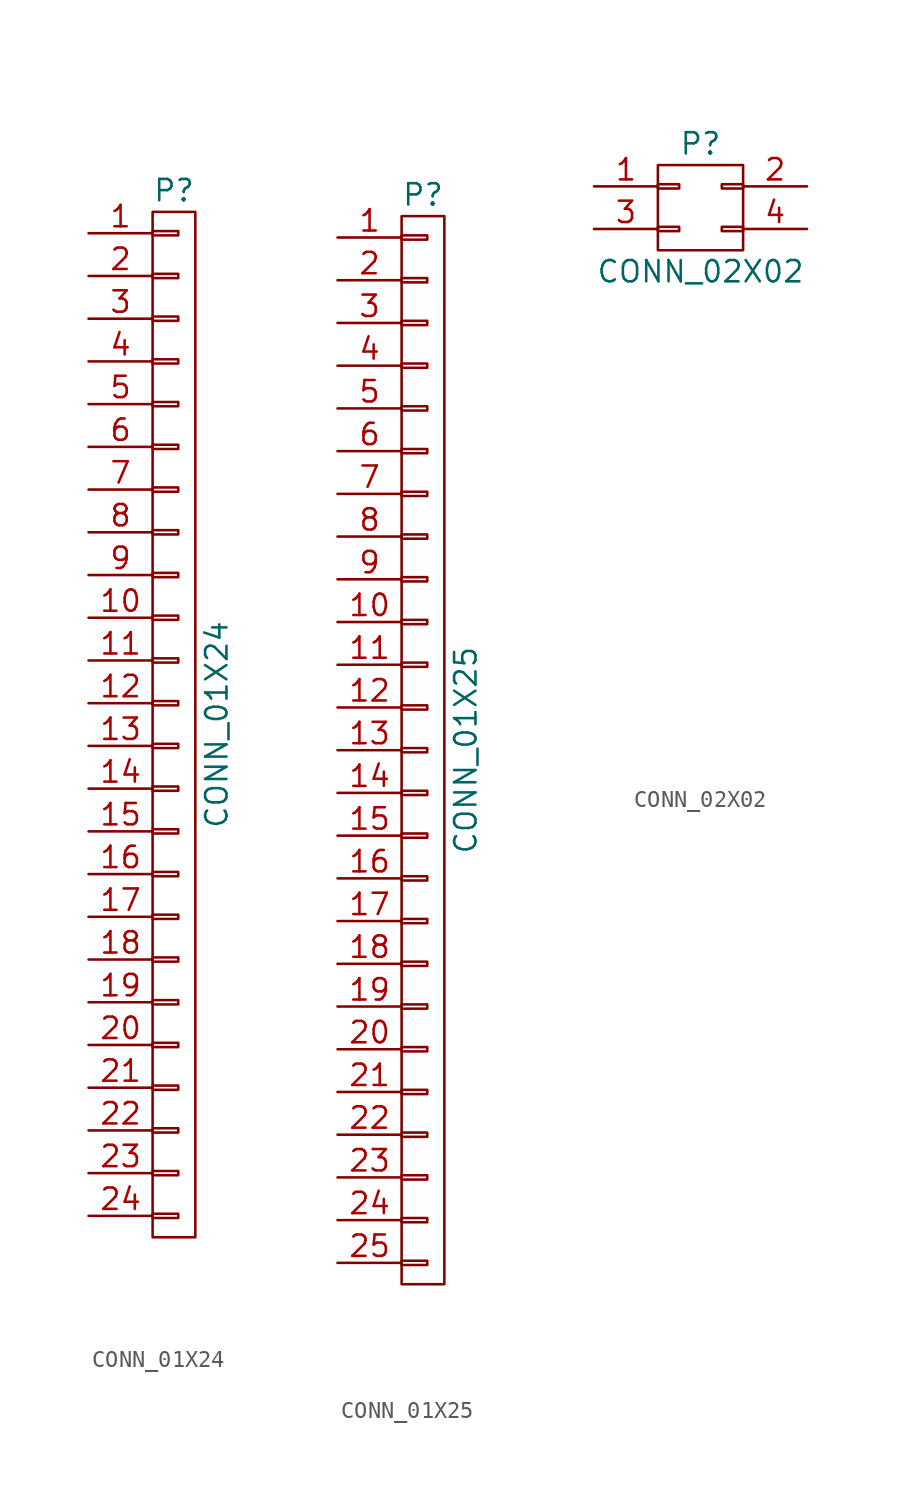
<source format=kicad_sym>
(kicad_symbol_lib
  (version 20231120)
  (generator "kicad_symbol_editor")
  (generator_version "8.0")
  (symbol "CONN_01X24"
    (pin_names
      (offset 1.016) hide)
    (property "Reference" "P"
      (at 0 31.75 0)
      (effects (font (size 1.27 1.27))))
    (property "Value" "CONN_01X24"
      (at 2.54 0 90)
      (effects (font (size 1.27 1.27))))
    (property "Footprint" ""
      (at 0 0 0)
      (effects (font (size 1.27 1.27))))
    (property "Datasheet" ""
      (at 0 0 0)
      (effects (font (size 1.27 1.27))))
    (symbol "CONN_01X24_0_1"
      (rectangle (start -1.27 -30.48) (end 1.27 30.48) (stroke (width 0) (type solid)) (fill (type none)))
      (rectangle (start -1.27 -29.083) (end 0.254 -29.337) (stroke (width 0) (type solid)) (fill (type none)))
      (rectangle (start -1.27 -26.543) (end 0.254 -26.797) (stroke (width 0) (type solid)) (fill (type none)))
      (rectangle (start -1.27 -24.003) (end 0.254 -24.257) (stroke (width 0) (type solid)) (fill (type none)))
      (rectangle (start -1.27 -21.463) (end 0.254 -21.717) (stroke (width 0) (type solid)) (fill (type none)))
      (rectangle (start -1.27 -18.923) (end 0.254 -19.177) (stroke (width 0) (type solid)) (fill (type none)))
      (rectangle (start -1.27 -16.383) (end 0.254 -16.637) (stroke (width 0) (type solid)) (fill (type none)))
      (rectangle (start -1.27 -13.843) (end 0.254 -14.097) (stroke (width 0) (type solid)) (fill (type none)))
      (rectangle (start -1.27 -11.303) (end 0.254 -11.557) (stroke (width 0) (type solid)) (fill (type none)))
      (rectangle (start -1.27 -8.763) (end 0.254 -9.017) (stroke (width 0) (type solid)) (fill (type none)))
      (rectangle (start -1.27 -6.223) (end 0.254 -6.477) (stroke (width 0) (type solid)) (fill (type none)))
      (rectangle (start -1.27 -3.683) (end 0.254 -3.937) (stroke (width 0) (type solid)) (fill (type none)))
      (rectangle (start -1.27 -1.143) (end 0.254 -1.397) (stroke (width 0) (type solid)) (fill (type none)))
      (rectangle (start -1.27 1.397) (end 0.254 1.143) (stroke (width 0) (type solid)) (fill (type none)))
      (rectangle (start -1.27 3.937) (end 0.254 3.683) (stroke (width 0) (type solid)) (fill (type none)))
      (rectangle (start -1.27 6.477) (end 0.254 6.223) (stroke (width 0) (type solid)) (fill (type none)))
      (rectangle (start -1.27 9.017) (end 0.254 8.763) (stroke (width 0) (type solid)) (fill (type none)))
      (rectangle (start -1.27 11.557) (end 0.254 11.303) (stroke (width 0) (type solid)) (fill (type none)))
      (rectangle (start -1.27 14.097) (end 0.254 13.843) (stroke (width 0) (type solid)) (fill (type none)))
      (rectangle (start -1.27 16.637) (end 0.254 16.383) (stroke (width 0) (type solid)) (fill (type none)))
      (rectangle (start -1.27 19.177) (end 0.254 18.923) (stroke (width 0) (type solid)) (fill (type none)))
      (rectangle (start -1.27 21.717) (end 0.254 21.463) (stroke (width 0) (type solid)) (fill (type none)))
      (rectangle (start -1.27 24.257) (end 0.254 24.003) (stroke (width 0) (type solid)) (fill (type none)))
      (rectangle (start -1.27 26.797) (end 0.254 26.543) (stroke (width 0) (type solid)) (fill (type none)))
      (rectangle (start -1.27 29.337) (end 0.254 29.083) (stroke (width 0) (type solid)) (fill (type none))))
    (symbol "CONN_01X24_1_1"
      (pin passive line (at -5.08 29.21 0) (length 3.81) (name "P1" (effects (font (size 1.27 1.27)))) (number "1" (effects (font (size 1.27 1.27)))))
      (pin passive line (at -5.08 6.35 0) (length 3.81) (name "P10" (effects (font (size 1.27 1.27)))) (number "10" (effects (font (size 1.27 1.27)))))
      (pin passive line (at -5.08 3.81 0) (length 3.81) (name "P11" (effects (font (size 1.27 1.27)))) (number "11" (effects (font (size 1.27 1.27)))))
      (pin passive line (at -5.08 1.27 0) (length 3.81) (name "P12" (effects (font (size 1.27 1.27)))) (number "12" (effects (font (size 1.27 1.27)))))
      (pin passive line (at -5.08 -1.27 0) (length 3.81) (name "P13" (effects (font (size 1.27 1.27)))) (number "13" (effects (font (size 1.27 1.27)))))
      (pin passive line (at -5.08 -3.81 0) (length 3.81) (name "P14" (effects (font (size 1.27 1.27)))) (number "14" (effects (font (size 1.27 1.27)))))
      (pin passive line (at -5.08 -6.35 0) (length 3.81) (name "P15" (effects (font (size 1.27 1.27)))) (number "15" (effects (font (size 1.27 1.27)))))
      (pin passive line (at -5.08 -8.89 0) (length 3.81) (name "P16" (effects (font (size 1.27 1.27)))) (number "16" (effects (font (size 1.27 1.27)))))
      (pin passive line (at -5.08 -11.43 0) (length 3.81) (name "P17" (effects (font (size 1.27 1.27)))) (number "17" (effects (font (size 1.27 1.27)))))
      (pin passive line (at -5.08 -13.97 0) (length 3.81) (name "P18" (effects (font (size 1.27 1.27)))) (number "18" (effects (font (size 1.27 1.27)))))
      (pin passive line (at -5.08 -16.51 0) (length 3.81) (name "P19" (effects (font (size 1.27 1.27)))) (number "19" (effects (font (size 1.27 1.27)))))
      (pin passive line (at -5.08 26.67 0) (length 3.81) (name "P2" (effects (font (size 1.27 1.27)))) (number "2" (effects (font (size 1.27 1.27)))))
      (pin passive line (at -5.08 -19.05 0) (length 3.81) (name "P20" (effects (font (size 1.27 1.27)))) (number "20" (effects (font (size 1.27 1.27)))))
      (pin passive line (at -5.08 -21.59 0) (length 3.81) (name "P21" (effects (font (size 1.27 1.27)))) (number "21" (effects (font (size 1.27 1.27)))))
      (pin passive line (at -5.08 -24.13 0) (length 3.81) (name "P22" (effects (font (size 1.27 1.27)))) (number "22" (effects (font (size 1.27 1.27)))))
      (pin passive line (at -5.08 -26.67 0) (length 3.81) (name "P23" (effects (font (size 1.27 1.27)))) (number "23" (effects (font (size 1.27 1.27)))))
      (pin passive line (at -5.08 -29.21 0) (length 3.81) (name "P24" (effects (font (size 1.27 1.27)))) (number "24" (effects (font (size 1.27 1.27)))))
      (pin passive line (at -5.08 24.13 0) (length 3.81) (name "P3" (effects (font (size 1.27 1.27)))) (number "3" (effects (font (size 1.27 1.27)))))
      (pin passive line (at -5.08 21.59 0) (length 3.81) (name "P4" (effects (font (size 1.27 1.27)))) (number "4" (effects (font (size 1.27 1.27)))))
      (pin passive line (at -5.08 19.05 0) (length 3.81) (name "P5" (effects (font (size 1.27 1.27)))) (number "5" (effects (font (size 1.27 1.27)))))
      (pin passive line (at -5.08 16.51 0) (length 3.81) (name "P6" (effects (font (size 1.27 1.27)))) (number "6" (effects (font (size 1.27 1.27)))))
      (pin passive line (at -5.08 13.97 0) (length 3.81) (name "P7" (effects (font (size 1.27 1.27)))) (number "7" (effects (font (size 1.27 1.27)))))
      (pin passive line (at -5.08 11.43 0) (length 3.81) (name "P8" (effects (font (size 1.27 1.27)))) (number "8" (effects (font (size 1.27 1.27)))))
      (pin passive line (at -5.08 8.89 0) (length 3.81) (name "P9" (effects (font (size 1.27 1.27)))) (number "9" (effects (font (size 1.27 1.27)))))))
  (symbol "CONN_01X25"
    (pin_names
      (offset 1.016) hide)
    (property "Reference" "P"
      (at 0 33.02 0)
      (effects (font (size 1.27 1.27))))
    (property "Value" "CONN_01X25"
      (at 2.54 0 90)
      (effects (font (size 1.27 1.27))))
    (property "Footprint" ""
      (at 0 0 0)
      (effects (font (size 1.27 1.27))))
    (property "Datasheet" ""
      (at 0 0 0)
      (effects (font (size 1.27 1.27))))
    (symbol "CONN_01X25_0_1"
      (rectangle (start -1.27 -31.75) (end 1.27 31.75) (stroke (width 0) (type solid)) (fill (type none)))
      (rectangle (start -1.27 -30.353) (end 0.254 -30.607) (stroke (width 0) (type solid)) (fill (type none)))
      (rectangle (start -1.27 -27.813) (end 0.254 -28.067) (stroke (width 0) (type solid)) (fill (type none)))
      (rectangle (start -1.27 -25.273) (end 0.254 -25.527) (stroke (width 0) (type solid)) (fill (type none)))
      (rectangle (start -1.27 -22.733) (end 0.254 -22.987) (stroke (width 0) (type solid)) (fill (type none)))
      (rectangle (start -1.27 -20.193) (end 0.254 -20.447) (stroke (width 0) (type solid)) (fill (type none)))
      (rectangle (start -1.27 -17.653) (end 0.254 -17.907) (stroke (width 0) (type solid)) (fill (type none)))
      (rectangle (start -1.27 -15.113) (end 0.254 -15.367) (stroke (width 0) (type solid)) (fill (type none)))
      (rectangle (start -1.27 -12.573) (end 0.254 -12.827) (stroke (width 0) (type solid)) (fill (type none)))
      (rectangle (start -1.27 -10.033) (end 0.254 -10.287) (stroke (width 0) (type solid)) (fill (type none)))
      (rectangle (start -1.27 -7.493) (end 0.254 -7.747) (stroke (width 0) (type solid)) (fill (type none)))
      (rectangle (start -1.27 -4.953) (end 0.254 -5.207) (stroke (width 0) (type solid)) (fill (type none)))
      (rectangle (start -1.27 -2.413) (end 0.254 -2.667) (stroke (width 0) (type solid)) (fill (type none)))
      (rectangle (start -1.27 0.127) (end 0.254 -0.127) (stroke (width 0) (type solid)) (fill (type none)))
      (rectangle (start -1.27 2.667) (end 0.254 2.413) (stroke (width 0) (type solid)) (fill (type none)))
      (rectangle (start -1.27 5.207) (end 0.254 4.953) (stroke (width 0) (type solid)) (fill (type none)))
      (rectangle (start -1.27 7.747) (end 0.254 7.493) (stroke (width 0) (type solid)) (fill (type none)))
      (rectangle (start -1.27 10.287) (end 0.254 10.033) (stroke (width 0) (type solid)) (fill (type none)))
      (rectangle (start -1.27 12.827) (end 0.254 12.573) (stroke (width 0) (type solid)) (fill (type none)))
      (rectangle (start -1.27 15.367) (end 0.254 15.113) (stroke (width 0) (type solid)) (fill (type none)))
      (rectangle (start -1.27 17.907) (end 0.254 17.653) (stroke (width 0) (type solid)) (fill (type none)))
      (rectangle (start -1.27 20.447) (end 0.254 20.193) (stroke (width 0) (type solid)) (fill (type none)))
      (rectangle (start -1.27 22.987) (end 0.254 22.733) (stroke (width 0) (type solid)) (fill (type none)))
      (rectangle (start -1.27 25.527) (end 0.254 25.273) (stroke (width 0) (type solid)) (fill (type none)))
      (rectangle (start -1.27 28.067) (end 0.254 27.813) (stroke (width 0) (type solid)) (fill (type none)))
      (rectangle (start -1.27 30.607) (end 0.254 30.353) (stroke (width 0) (type solid)) (fill (type none))))
    (symbol "CONN_01X25_1_1"
      (pin passive line (at -5.08 30.48 0) (length 3.81) (name "P1" (effects (font (size 1.27 1.27)))) (number "1" (effects (font (size 1.27 1.27)))))
      (pin passive line (at -5.08 7.62 0) (length 3.81) (name "P10" (effects (font (size 1.27 1.27)))) (number "10" (effects (font (size 1.27 1.27)))))
      (pin passive line (at -5.08 5.08 0) (length 3.81) (name "P11" (effects (font (size 1.27 1.27)))) (number "11" (effects (font (size 1.27 1.27)))))
      (pin passive line (at -5.08 2.54 0) (length 3.81) (name "P12" (effects (font (size 1.27 1.27)))) (number "12" (effects (font (size 1.27 1.27)))))
      (pin passive line (at -5.08 0 0) (length 3.81) (name "P13" (effects (font (size 1.27 1.27)))) (number "13" (effects (font (size 1.27 1.27)))))
      (pin passive line (at -5.08 -2.54 0) (length 3.81) (name "P14" (effects (font (size 1.27 1.27)))) (number "14" (effects (font (size 1.27 1.27)))))
      (pin passive line (at -5.08 -5.08 0) (length 3.81) (name "P15" (effects (font (size 1.27 1.27)))) (number "15" (effects (font (size 1.27 1.27)))))
      (pin passive line (at -5.08 -7.62 0) (length 3.81) (name "P16" (effects (font (size 1.27 1.27)))) (number "16" (effects (font (size 1.27 1.27)))))
      (pin passive line (at -5.08 -10.16 0) (length 3.81) (name "P17" (effects (font (size 1.27 1.27)))) (number "17" (effects (font (size 1.27 1.27)))))
      (pin passive line (at -5.08 -12.7 0) (length 3.81) (name "P18" (effects (font (size 1.27 1.27)))) (number "18" (effects (font (size 1.27 1.27)))))
      (pin passive line (at -5.08 -15.24 0) (length 3.81) (name "P19" (effects (font (size 1.27 1.27)))) (number "19" (effects (font (size 1.27 1.27)))))
      (pin passive line (at -5.08 27.94 0) (length 3.81) (name "P2" (effects (font (size 1.27 1.27)))) (number "2" (effects (font (size 1.27 1.27)))))
      (pin passive line (at -5.08 -17.78 0) (length 3.81) (name "P20" (effects (font (size 1.27 1.27)))) (number "20" (effects (font (size 1.27 1.27)))))
      (pin passive line (at -5.08 -20.32 0) (length 3.81) (name "P21" (effects (font (size 1.27 1.27)))) (number "21" (effects (font (size 1.27 1.27)))))
      (pin passive line (at -5.08 -22.86 0) (length 3.81) (name "P22" (effects (font (size 1.27 1.27)))) (number "22" (effects (font (size 1.27 1.27)))))
      (pin passive line (at -5.08 -25.4 0) (length 3.81) (name "P23" (effects (font (size 1.27 1.27)))) (number "23" (effects (font (size 1.27 1.27)))))
      (pin passive line (at -5.08 -27.94 0) (length 3.81) (name "P24" (effects (font (size 1.27 1.27)))) (number "24" (effects (font (size 1.27 1.27)))))
      (pin passive line (at -5.08 -30.48 0) (length 3.81) (name "P25" (effects (font (size 1.27 1.27)))) (number "25" (effects (font (size 1.27 1.27)))))
      (pin passive line (at -5.08 25.4 0) (length 3.81) (name "P3" (effects (font (size 1.27 1.27)))) (number "3" (effects (font (size 1.27 1.27)))))
      (pin passive line (at -5.08 22.86 0) (length 3.81) (name "P4" (effects (font (size 1.27 1.27)))) (number "4" (effects (font (size 1.27 1.27)))))
      (pin passive line (at -5.08 20.32 0) (length 3.81) (name "P5" (effects (font (size 1.27 1.27)))) (number "5" (effects (font (size 1.27 1.27)))))
      (pin passive line (at -5.08 17.78 0) (length 3.81) (name "P6" (effects (font (size 1.27 1.27)))) (number "6" (effects (font (size 1.27 1.27)))))
      (pin passive line (at -5.08 15.24 0) (length 3.81) (name "P7" (effects (font (size 1.27 1.27)))) (number "7" (effects (font (size 1.27 1.27)))))
      (pin passive line (at -5.08 12.7 0) (length 3.81) (name "P8" (effects (font (size 1.27 1.27)))) (number "8" (effects (font (size 1.27 1.27)))))
      (pin passive line (at -5.08 10.16 0) (length 3.81) (name "P9" (effects (font (size 1.27 1.27)))) (number "9" (effects (font (size 1.27 1.27)))))))
  (symbol "CONN_02X02"
    (pin_names
      (offset 0.025) hide)
    (property "Reference" "P"
      (at 0 3.81 0)
      (effects (font (size 1.27 1.27))))
    (property "Value" "CONN_02X02"
      (at 0 -3.81 0)
      (effects (font (size 1.27 1.27))))
    (property "Footprint" ""
      (at 0 -30.48 0)
      (effects (font (size 1.27 1.27))))
    (property "Datasheet" ""
      (at 0 -30.48 0)
      (effects (font (size 1.27 1.27))))
    (symbol "CONN_02X02_0_1"
      (rectangle (start -2.54 -1.143) (end -1.27 -1.397) (stroke (width 0) (type solid)) (fill (type none)))
      (rectangle (start -2.54 1.397) (end -1.27 1.143) (stroke (width 0) (type solid)) (fill (type none)))
      (rectangle (start -2.54 2.54) (end 2.54 -2.54) (stroke (width 0) (type solid)) (fill (type none)))
      (rectangle (start 1.27 -1.143) (end 2.54 -1.397) (stroke (width 0) (type solid)) (fill (type none)))
      (rectangle (start 1.27 1.397) (end 2.54 1.143) (stroke (width 0) (type solid)) (fill (type none))))
    (symbol "CONN_02X02_1_1"
      (pin passive line (at -6.35 1.27 0) (length 3.81) (name "P1" (effects (font (size 1.27 1.27)))) (number "1" (effects (font (size 1.27 1.27)))))
      (pin passive line (at 6.35 1.27 180) (length 3.81) (name "P2" (effects (font (size 1.27 1.27)))) (number "2" (effects (font (size 1.27 1.27)))))
      (pin passive line (at -6.35 -1.27 0) (length 3.81) (name "P3" (effects (font (size 1.27 1.27)))) (number "3" (effects (font (size 1.27 1.27)))))
      (pin passive line (at 6.35 -1.27 180) (length 3.81) (name "P4" (effects (font (size 1.27 1.27)))) (number "4" (effects (font (size 1.27 1.27))))))))
</source>
